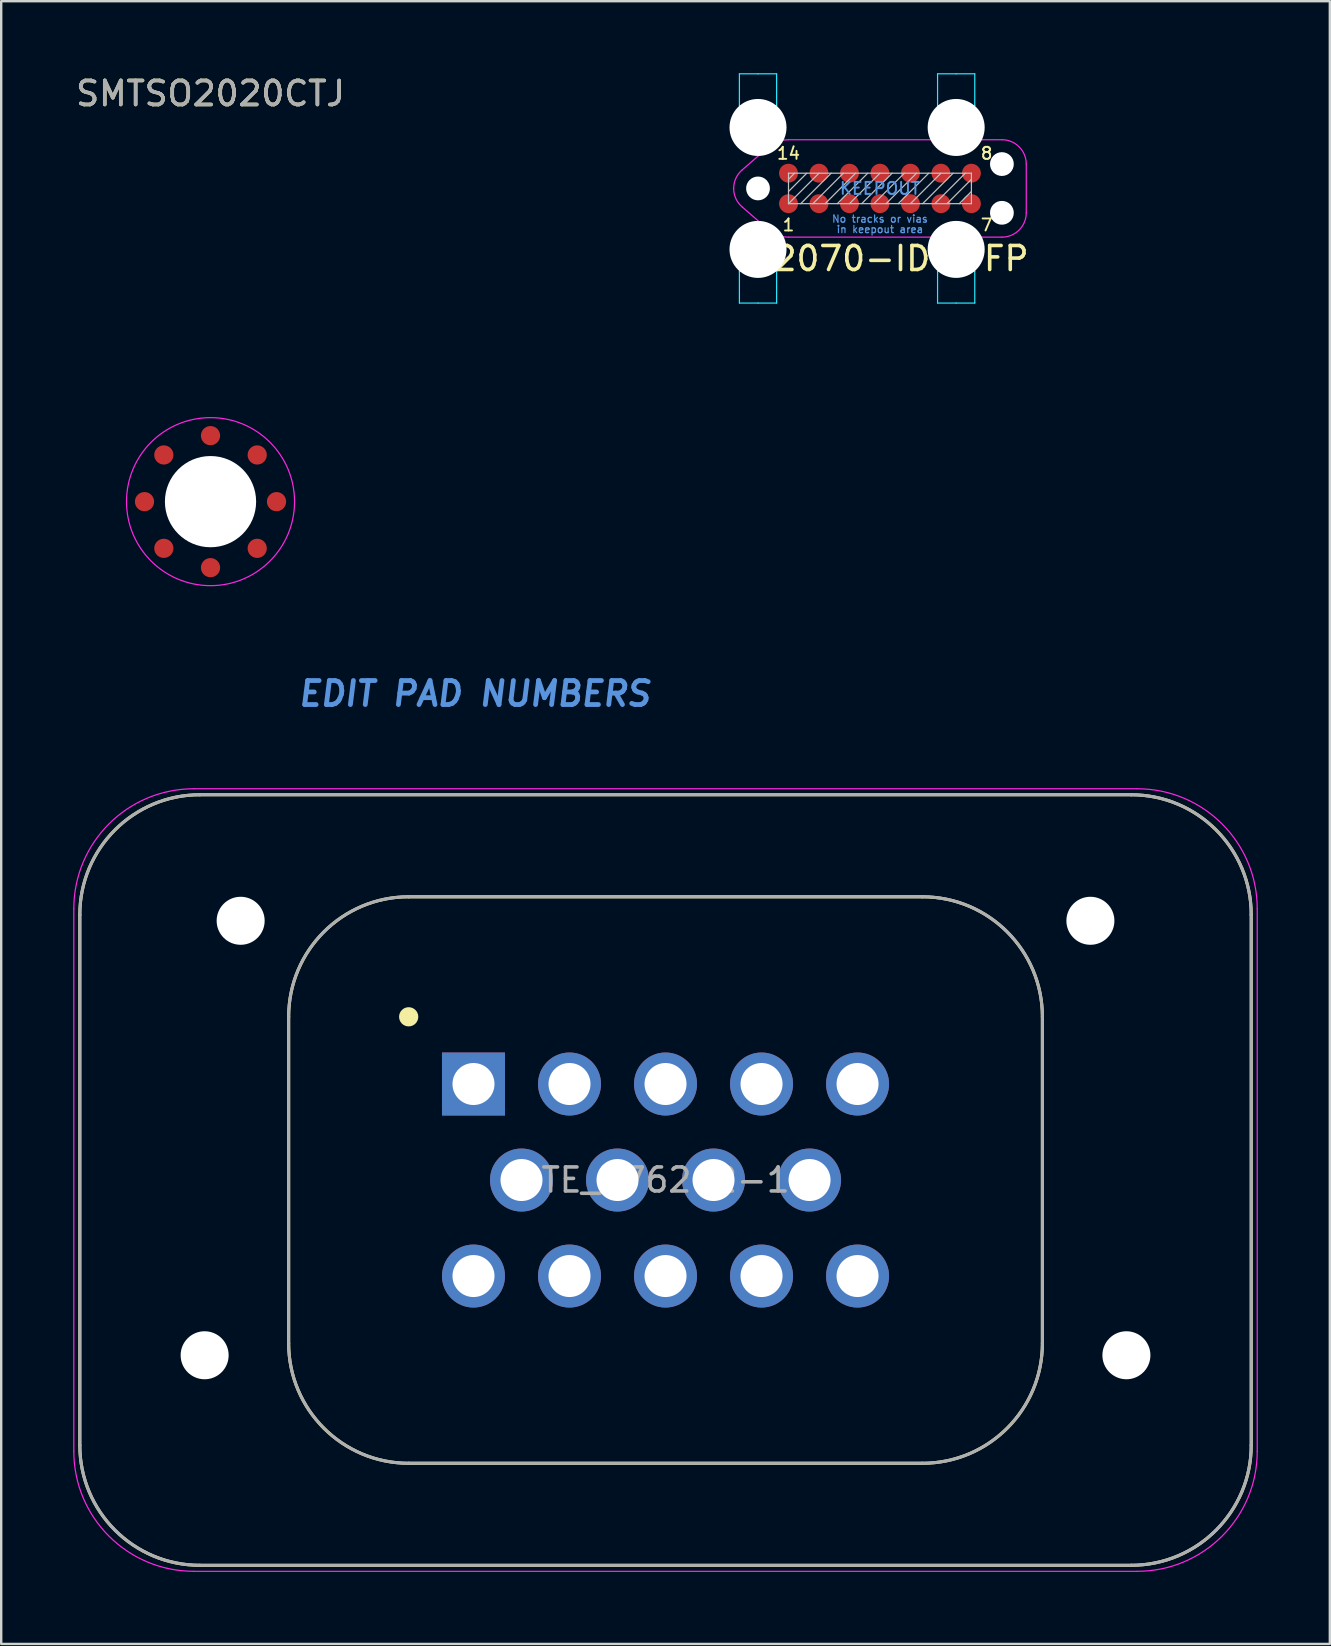
<source format=kicad_pcb>
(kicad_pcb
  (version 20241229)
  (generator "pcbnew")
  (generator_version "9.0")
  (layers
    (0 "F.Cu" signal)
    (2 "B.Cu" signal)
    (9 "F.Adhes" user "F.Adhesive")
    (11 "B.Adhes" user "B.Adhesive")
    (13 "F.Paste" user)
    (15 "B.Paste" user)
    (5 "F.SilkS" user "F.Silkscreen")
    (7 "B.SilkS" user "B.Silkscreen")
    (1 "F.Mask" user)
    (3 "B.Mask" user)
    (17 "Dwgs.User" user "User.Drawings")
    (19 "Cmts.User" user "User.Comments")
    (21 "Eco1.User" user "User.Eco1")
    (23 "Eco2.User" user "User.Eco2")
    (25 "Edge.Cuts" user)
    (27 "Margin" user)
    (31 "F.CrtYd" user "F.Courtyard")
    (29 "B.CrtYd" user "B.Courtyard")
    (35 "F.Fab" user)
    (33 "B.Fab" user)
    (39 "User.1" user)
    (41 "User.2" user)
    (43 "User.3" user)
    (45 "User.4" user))
  (footprint "TC2070-IDC-FP"
    (layer "F.Cu")
    (at 33.608 4.8)
    (property "Reference" "TC2070-IDC-FP" (at 0 2.921 0) (layer "F.SilkS") (effects (font (size 1 1) (thickness 0.15))))
    (attr exclude_from_pos_files exclude_from_bom)
    (fp_line (start -3.81 -0.381) (end -3.556 -0.635) (stroke (width 0.05) (type solid)) (layer "Dwgs.User"))
    (fp_line (start -3.81 0.127) (end -3.048 -0.635) (stroke (width 0.05) (type solid)) (layer "Dwgs.User"))
    (fp_line (start -3.81 0.635) (end -3.81 -0.635) (stroke (width 0.05) (type solid)) (layer "Dwgs.User"))
    (fp_line (start -3.81 0.635) (end -2.54 -0.635) (stroke (width 0.05) (type solid)) (layer "Dwgs.User"))
    (fp_line (start -3.302 0.635) (end -2.032 -0.635) (stroke (width 0.05) (type solid)) (layer "Dwgs.User"))
    (fp_line (start -2.794 0.635) (end -1.524 -0.635) (stroke (width 0.05) (type solid)) (layer "Dwgs.User"))
    (fp_line (start -2.286 0.635) (end -1.016 -0.635) (stroke (width 0.05) (type solid)) (layer "Dwgs.User"))
    (fp_line (start -1.778 0.635) (end -0.508 -0.635) (stroke (width 0.05) (type solid)) (layer "Dwgs.User"))
    (fp_line (start -1.27 0.635) (end 0 -0.635) (stroke (width 0.05) (type solid)) (layer "Dwgs.User"))
    (fp_line (start -0.762 0.635) (end 0.508 -0.635) (stroke (width 0.05) (type solid)) (layer "Dwgs.User"))
    (fp_line (start -0.254 0.635) (end 1.016 -0.635) (stroke (width 0.05) (type solid)) (layer "Dwgs.User"))
    (fp_line (start 0.254 0.635) (end 1.524 -0.635) (stroke (width 0.05) (type solid)) (layer "Dwgs.User"))
    (fp_line (start 0.762 0.635) (end 2.032 -0.635) (stroke (width 0.05) (type solid)) (layer "Dwgs.User"))
    (fp_line (start 1.27 0.635) (end 2.54 -0.635) (stroke (width 0.05) (type solid)) (layer "Dwgs.User"))
    (fp_line (start 1.778 0.635) (end 3.048 -0.635) (stroke (width 0.05) (type solid)) (layer "Dwgs.User"))
    (fp_line (start 2.286 0.635) (end 3.556 -0.635) (stroke (width 0.05) (type solid)) (layer "Dwgs.User"))
    (fp_line (start 2.794 0.635) (end 3.81 -0.381) (stroke (width 0.05) (type solid)) (layer "Dwgs.User"))
    (fp_line (start 3.302 0.635) (end 3.81 0.127) (stroke (width 0.05) (type solid)) (layer "Dwgs.User"))
    (fp_line (start 3.81 -0.635) (end -3.81 -0.635) (stroke (width 0.05) (type solid)) (layer "Dwgs.User"))
    (fp_line (start 3.81 -0.635) (end 3.81 0.635) (stroke (width 0.05) (type solid)) (layer "Dwgs.User"))
    (fp_line (start 3.81 0.635) (end -3.81 0.635) (stroke (width 0.05) (type solid)) (layer "Dwgs.User"))
    (fp_line (start -5.855 -4.775) (end -5.855 -3.442) (stroke (width 0.05) (type solid)) (layer "B.CrtYd"))
    (fp_line (start -5.855 -3.442) (end -4.305 -3.442) (stroke (width 0.05) (type solid)) (layer "B.CrtYd"))
    (fp_line (start -5.855 3.442) (end -4.305 3.442) (stroke (width 0.05) (type solid)) (layer "B.CrtYd"))
    (fp_line (start -5.855 4.775) (end -5.855 3.442) (stroke (width 0.05) (type solid)) (layer "B.CrtYd"))
    (fp_line (start -5.08 -4.775) (end -5.855 -4.775) (stroke (width 0.05) (type solid)) (layer "B.CrtYd"))
    (fp_line (start -5.08 -4.775) (end -4.305 -4.775) (stroke (width 0.05) (type solid)) (layer "B.CrtYd"))
    (fp_line (start -5.08 4.775) (end -5.855 4.775) (stroke (width 0.05) (type solid)) (layer "B.CrtYd"))
    (fp_line (start -5.08 4.775) (end -4.305 4.775) (stroke (width 0.05) (type solid)) (layer "B.CrtYd"))
    (fp_line (start -4.305 -4.775) (end -4.305 -3.442) (stroke (width 0.05) (type solid)) (layer "B.CrtYd"))
    (fp_line (start -4.305 4.775) (end -4.305 3.442) (stroke (width 0.05) (type solid)) (layer "B.CrtYd"))
    (fp_line (start 2.4 -4.775) (end 2.4 -3.442) (stroke (width 0.05) (type solid)) (layer "B.CrtYd"))
    (fp_line (start 2.4 -3.442) (end 3.95 -3.442) (stroke (width 0.05) (type solid)) (layer "B.CrtYd"))
    (fp_line (start 2.4 3.442) (end 3.95 3.442) (stroke (width 0.05) (type solid)) (layer "B.CrtYd"))
    (fp_line (start 2.4 4.775) (end 2.4 3.442) (stroke (width 0.05) (type solid)) (layer "B.CrtYd"))
    (fp_line (start 3.175 -4.775) (end 2.4 -4.775) (stroke (width 0.05) (type solid)) (layer "B.CrtYd"))
    (fp_line (start 3.175 -4.775) (end 3.95 -4.775) (stroke (width 0.05) (type solid)) (layer "B.CrtYd"))
    (fp_line (start 3.175 4.775) (end 2.4 4.775) (stroke (width 0.05) (type solid)) (layer "B.CrtYd"))
    (fp_line (start 3.175 4.775) (end 3.95 4.775) (stroke (width 0.05) (type solid)) (layer "B.CrtYd"))
    (fp_line (start 3.95 -4.775) (end 3.95 -3.442) (stroke (width 0.05) (type solid)) (layer "B.CrtYd"))
    (fp_line (start 3.95 4.775) (end 3.95 3.442) (stroke (width 0.05) (type solid)) (layer "B.CrtYd"))
    (fp_line (start -5.732 0.778) (end -4.508 1.843) (stroke (width 0.05) (type solid)) (layer "F.CrtYd"))
    (fp_line (start -4.508 -1.843) (end -5.732 -0.778) (stroke (width 0.05) (type solid)) (layer "F.CrtYd"))
    (fp_line (start 5.08 -2.03) (end -3.81 -2.03) (stroke (width 0.05) (type solid)) (layer "F.CrtYd"))
    (fp_line (start 5.08 2.03) (end -3.81 2.03) (stroke (width 0.05) (type solid)) (layer "F.CrtYd"))
    (fp_line (start 6.095 -1.015) (end 6.095 1.015) (stroke (width 0.05) (type solid)) (layer "F.CrtYd"))
    (fp_arc (start -6.095 0) (mid -5.999902 -0.428958) (end -5.732429 -0.777535) (stroke (width 0.05) (type solid)) (layer "F.CrtYd"))
    (fp_arc (start -5.732429 0.777535) (mid -5.999902 0.428958) (end -6.095 0) (stroke (width 0.05) (type solid)) (layer "F.CrtYd"))
    (fp_arc (start -4.5075 -1.843105) (mid -4.171053 -1.982466) (end -3.81 -2.03) (stroke (width 0.05) (type solid)) (layer "F.CrtYd"))
    (fp_arc (start -3.81 2.03) (mid -4.171053 1.982466) (end -4.5075 1.843105) (stroke (width 0.05) (type solid)) (layer "F.CrtYd"))
    (fp_arc (start 5.08 -2.03) (mid 5.797713 -1.732713) (end 6.095 -1.015) (stroke (width 0.05) (type solid)) (layer "F.CrtYd"))
    (fp_arc (start 6.095 1.015) (mid 5.797713 1.732713) (end 5.08 2.03) (stroke (width 0.05) (type solid)) (layer "F.CrtYd"))
    (fp_text user "14" (at -3.81 -1.46 0) (layer "F.SilkS") (effects (font (size 0.5 0.5) (thickness 0.08))))
    (fp_text user "8" (at 4.445 -1.46 0) (layer "F.SilkS") (effects (font (size 0.5 0.5) (thickness 0.08))))
    (fp_text user "1" (at -3.81 1.524 0) (layer "F.SilkS") (effects (font (size 0.5 0.5) (thickness 0.08))))
    (fp_text user "7" (at 4.445 1.524 0) (layer "F.SilkS") (effects (font (size 0.5 0.5) (thickness 0.08))))
    (fp_text user "in keepout area" (at 0 1.705 0) (layer "Cmts.User") (effects (font (size 0.3 0.3) (thickness 0.05))))
    (fp_text user "No tracks or vias" (at 0 1.27 0) (layer "Cmts.User") (effects (font (size 0.3 0.3) (thickness 0.05))))
    (fp_text user "KEEPOUT" (at 0 0 0) (layer "Cmts.User") (effects (font (size 0.5 0.5) (thickness 0.08))))
    (pad "" np_thru_hole circle (at -5.08 -2.54) (size 2.375 2.375) (drill 2.375) (layers "*.Cu" "*.Mask"))
    (pad "" np_thru_hole circle (at -5.08 0) (size 0.991 0.991) (drill 0.991) (layers "*.Cu" "*.Mask"))
    (pad "" np_thru_hole circle (at -5.08 2.54) (size 2.375 2.375) (drill 2.375) (layers "*.Cu" "*.Mask"))
    (pad "" np_thru_hole circle (at 3.175 -2.54) (size 2.375 2.375) (drill 2.375) (layers "*.Cu" "*.Mask"))
    (pad "" np_thru_hole circle (at 3.175 2.54) (size 2.375 2.375) (drill 2.375) (layers "*.Cu" "*.Mask"))
    (pad "" np_thru_hole circle (at 5.08 -1.015) (size 0.991 0.991) (drill 0.991) (layers "*.Cu" "*.Mask"))
    (pad "" np_thru_hole circle (at 5.08 1.015) (size 0.991 0.991) (drill 0.991) (layers "*.Cu" "*.Mask"))
    (pad "1" smd circle (at -3.81 0.635) (size 0.787 0.787) (layers "F.Cu" "F.Mask"))
    (pad "2" smd circle (at -2.54 0.635) (size 0.787 0.787) (layers "F.Cu" "F.Mask"))
    (pad "3" smd circle (at -1.27 0.635) (size 0.787 0.787) (layers "F.Cu" "F.Mask"))
    (pad "4" smd circle (at 0 0.635) (size 0.787 0.787) (layers "F.Cu" "F.Mask"))
    (pad "5" smd circle (at 1.27 0.635) (size 0.787 0.787) (layers "F.Cu" "F.Mask"))
    (pad "6" smd circle (at 2.54 0.635) (size 0.787 0.787) (layers "F.Cu" "F.Mask"))
    (pad "7" smd circle (at 3.81 0.635) (size 0.787 0.787) (layers "F.Cu" "F.Mask"))
    (pad "8" smd circle (at 3.81 -0.635) (size 0.787 0.787) (layers "F.Cu" "F.Mask"))
    (pad "9" smd circle (at 2.54 -0.635) (size 0.787 0.787) (layers "F.Cu" "F.Mask"))
    (pad "10" smd circle (at 1.27 -0.635) (size 0.787 0.787) (layers "F.Cu" "F.Mask"))
    (pad "11" smd circle (at 0 -0.635) (size 0.787 0.787) (layers "F.Cu" "F.Mask"))
    (pad "12" smd circle (at -1.27 -0.635) (size 0.787 0.787) (layers "F.Cu" "F.Mask"))
    (pad "13" smd circle (at -2.54 -0.635) (size 0.787 0.787) (layers "F.Cu" "F.Mask"))
    (pad "14" smd circle (at -3.81 -0.635) (size 0.787 0.787) (layers "F.Cu" "F.Mask")))
  (footprint "TE_776262-1"
    (layer "F.Cu")
    (at 24.675 46.109)
    (property "Reference" "TE_776262-1" (at 0 0 0) (layer "F.Fab") (effects (font (size 1 1) (thickness 0.15))))
    (attr through_hole)
    (fp_line (start -24.4 -11.05) (end -24.4 11.05) (stroke (width 0.127) (type solid)) (layer "F.SilkS"))
    (fp_line (start -19.4 16.05) (end 19.4 16.05) (stroke (width 0.127) (type solid)) (layer "F.SilkS"))
    (fp_line (start -15.7 -6.8) (end -15.7 6.8) (stroke (width 0.127) (type solid)) (layer "F.SilkS"))
    (fp_line (start -10.7 11.8) (end 10.7 11.8) (stroke (width 0.127) (type solid)) (layer "F.SilkS"))
    (fp_line (start 10.7 -11.8) (end -10.7 -11.8) (stroke (width 0.127) (type solid)) (layer "F.SilkS"))
    (fp_line (start 15.7 6.8) (end 15.7 -6.8) (stroke (width 0.127) (type solid)) (layer "F.SilkS"))
    (fp_line (start 19.4 -16.05) (end -19.4 -16.05) (stroke (width 0.127) (type solid)) (layer "F.SilkS"))
    (fp_line (start 24.4 11.05) (end 24.4 -11.05) (stroke (width 0.127) (type solid)) (layer "F.SilkS"))
    (fp_arc (start -24.4 -11.05) (mid -22.935534 -14.585534) (end -19.4 -16.05) (stroke (width 0.127) (type solid)) (layer "F.SilkS"))
    (fp_arc (start -19.4 16.05) (mid -22.935534 14.585534) (end -24.4 11.05) (stroke (width 0.127) (type solid)) (layer "F.SilkS"))
    (fp_arc (start -15.7 -6.8) (mid -14.235534 -10.335534) (end -10.7 -11.8) (stroke (width 0.127) (type solid)) (layer "F.SilkS"))
    (fp_arc (start -10.7 11.8) (mid -14.235534 10.335534) (end -15.7 6.8) (stroke (width 0.127) (type solid)) (layer "F.SilkS"))
    (fp_arc (start 10.7 -11.8) (mid 14.235534 -10.335534) (end 15.7 -6.8) (stroke (width 0.127) (type solid)) (layer "F.SilkS"))
    (fp_arc (start 15.7 6.8) (mid 14.235534 10.335534) (end 10.7 11.8) (stroke (width 0.127) (type solid)) (layer "F.SilkS"))
    (fp_arc (start 19.4 -16.05) (mid 22.935534 -14.585534) (end 24.4 -11.05) (stroke (width 0.127) (type solid)) (layer "F.SilkS"))
    (fp_arc (start 24.4 11.05) (mid 22.935534 14.585534) (end 19.4 16.05) (stroke (width 0.127) (type solid)) (layer "F.SilkS"))
    (fp_circle (center -10.7 -6.8) (end -10.5 -6.8) (stroke (width 0.4) (type solid)) (fill no) (layer "F.SilkS"))
    (fp_line (start -24.65 11.3) (end -24.65 -11.3) (stroke (width 0.05) (type solid)) (layer "F.CrtYd"))
    (fp_line (start -19.65 -16.3) (end 19.65 -16.3) (stroke (width 0.05) (type solid)) (layer "F.CrtYd"))
    (fp_line (start 19.65 16.3) (end -19.65 16.3) (stroke (width 0.05) (type solid)) (layer "F.CrtYd"))
    (fp_line (start 24.65 -11.3) (end 24.65 11.3) (stroke (width 0.05) (type solid)) (layer "F.CrtYd"))
    (fp_arc (start -24.65 -11.3) (mid -23.185534 -14.835534) (end -19.65 -16.3) (stroke (width 0.05) (type solid)) (layer "F.CrtYd"))
    (fp_arc (start -19.65 16.3) (mid -23.185534 14.835534) (end -24.65 11.3) (stroke (width 0.05) (type solid)) (layer "F.CrtYd"))
    (fp_arc (start 19.65 -16.3) (mid 23.185534 -14.835534) (end 24.65 -11.3) (stroke (width 0.05) (type solid)) (layer "F.CrtYd"))
    (fp_arc (start 24.65 11.3) (mid 23.185534 14.835534) (end 19.65 16.3) (stroke (width 0.05) (type solid)) (layer "F.CrtYd"))
    (fp_line (start -24.4 -11.05) (end -24.4 11.05) (stroke (width 0.127) (type solid)) (layer "F.Fab"))
    (fp_line (start -19.4 16.05) (end 19.4 16.05) (stroke (width 0.127) (type solid)) (layer "F.Fab"))
    (fp_line (start -15.7 -6.8) (end -15.7 6.8) (stroke (width 0.127) (type solid)) (layer "F.Fab"))
    (fp_line (start -10.7 11.8) (end 10.7 11.8) (stroke (width 0.127) (type solid)) (layer "F.Fab"))
    (fp_line (start 10.7 -11.8) (end -10.7 -11.8) (stroke (width 0.127) (type solid)) (layer "F.Fab"))
    (fp_line (start 15.7 6.8) (end 15.7 -6.8) (stroke (width 0.127) (type solid)) (layer "F.Fab"))
    (fp_line (start 19.4 -16.05) (end -19.4 -16.05) (stroke (width 0.127) (type solid)) (layer "F.Fab"))
    (fp_line (start 24.4 11.05) (end 24.4 -11.05) (stroke (width 0.127) (type solid)) (layer "F.Fab"))
    (fp_arc (start -24.4 -11.05) (mid -22.935534 -14.585534) (end -19.4 -16.05) (stroke (width 0.127) (type solid)) (layer "F.Fab"))
    (fp_arc (start -19.4 16.05) (mid -22.935534 14.585534) (end -24.4 11.05) (stroke (width 0.127) (type solid)) (layer "F.Fab"))
    (fp_arc (start -15.7 -6.8) (mid -14.235534 -10.335534) (end -10.7 -11.8) (stroke (width 0.127) (type solid)) (layer "F.Fab"))
    (fp_arc (start -10.7 11.8) (mid -14.235534 10.335534) (end -15.7 6.8) (stroke (width 0.127) (type solid)) (layer "F.Fab"))
    (fp_arc (start 10.7 -11.8) (mid 14.235534 -10.335534) (end 15.7 -6.8) (stroke (width 0.127) (type solid)) (layer "F.Fab"))
    (fp_arc (start 15.7 6.8) (mid 14.235534 10.335534) (end 10.7 11.8) (stroke (width 0.127) (type solid)) (layer "F.Fab"))
    (fp_arc (start 19.4 -16.05) (mid 22.935534 -14.585534) (end 24.4 -11.05) (stroke (width 0.127) (type solid)) (layer "F.Fab"))
    (fp_arc (start 24.4 11.05) (mid 22.935534 14.585534) (end 19.4 16.05) (stroke (width 0.127) (type solid)) (layer "F.Fab"))
    (fp_circle (center -8 -4) (end -7.8 -4) (stroke (width 0.4) (type solid)) (fill no) (layer "F.Fab"))
    (pad "" np_thru_hole circle (at -19.2 7.3) (size 2 2) (drill 2) (layers "*.Cu" "*.Mask"))
    (pad "" np_thru_hole circle (at -17.7 -10.8) (size 2 2) (drill 2) (layers "*.Cu" "*.Mask"))
    (pad "" np_thru_hole circle (at 17.7 -10.8) (size 2 2) (drill 2) (layers "*.Cu" "*.Mask"))
    (pad "" np_thru_hole circle (at 19.2 7.3) (size 2 2) (drill 2) (layers "*.Cu" "*.Mask"))
    (pad "1" thru_hole rect (at -8 -4) (size 2.625 2.625) (drill 1.75) (layers "*.Cu" "*.Mask"))
    (pad "2" thru_hole circle (at -4 -4) (size 2.625 2.625) (drill 1.75) (layers "*.Cu" "*.Mask"))
    (pad "3" thru_hole circle (at 0 -4) (size 2.625 2.625) (drill 1.75) (layers "*.Cu" "*.Mask"))
    (pad "4" thru_hole circle (at 4 -4) (size 2.625 2.625) (drill 1.75) (layers "*.Cu" "*.Mask"))
    (pad "5" thru_hole circle (at 8 -4) (size 2.625 2.625) (drill 1.75) (layers "*.Cu" "*.Mask"))
    (pad "6" thru_hole circle (at -6 0) (size 2.625 2.625) (drill 1.75) (layers "*.Cu" "*.Mask"))
    (pad "7" thru_hole circle (at -2 0) (size 2.625 2.625) (drill 1.75) (layers "*.Cu" "*.Mask"))
    (pad "8" thru_hole circle (at 2 0) (size 2.625 2.625) (drill 1.75) (layers "*.Cu" "*.Mask"))
    (pad "9" thru_hole circle (at 6 0) (size 2.625 2.625) (drill 1.75) (layers "*.Cu" "*.Mask"))
    (pad "10" thru_hole circle (at -8 4) (size 2.625 2.625) (drill 1.75) (layers "*.Cu" "*.Mask"))
    (pad "11" thru_hole circle (at -4 4) (size 2.625 2.625) (drill 1.75) (layers "*.Cu" "*.Mask"))
    (pad "12" thru_hole circle (at 0 4) (size 2.625 2.625) (drill 1.75) (layers "*.Cu" "*.Mask"))
    (pad "13" thru_hole circle (at 4 4) (size 2.625 2.625) (drill 1.75) (layers "*.Cu" "*.Mask"))
    (pad "14" thru_hole circle (at 8 4) (size 2.625 2.625) (drill 1.75) (layers "*.Cu" "*.Mask")))
  (footprint "SMTSO2020CTJ"
    (layer "F.Cu")
    (at 5.72 17.848)
    (property "Reference" "SMTSO2020CTJ" (at 0 -17 0) (layer "F.SilkS") (effects (font (size 1 1) (thickness 0.15))))
    (attr smd)
    (fp_circle (center 0 0) (end -3.5 0) (stroke (width 0.05) (type solid)) (fill no) (layer "F.CrtYd"))
    (fp_text user "EDIT PAD NUMBERS" (at 11 8 0) (layer "Cmts.User") (effects (font (size 1 1) (thickness 0.2) (italic yes))))
    (fp_text user "${REFERENCE}" (at 0 -17 0) (layer "F.Fab") (effects (font (size 1 1) (thickness 0.15))))
    (pad "" np_thru_hole circle (at 0 0) (size 3.8 3.8) (drill 3.8) (layers "*.Cu" "*.Mask"))
    (pad "1" smd circle (at -2.75 0) (size 0.8 0.8) (layers "F.Cu" "F.Mask" "F.Paste"))
    (pad "1" smd circle (at -1.945 -1.945) (size 0.8 0.8) (layers "F.Cu" "F.Mask" "F.Paste"))
    (pad "1" smd circle (at -1.945 1.945) (size 0.8 0.8) (layers "F.Cu" "F.Mask" "F.Paste"))
    (pad "1" smd circle (at 0 -2.75) (size 0.8 0.8) (layers "F.Cu" "F.Mask" "F.Paste"))
    (pad "1" smd circle (at 0 2.75) (size 0.8 0.8) (layers "F.Cu" "F.Mask" "F.Paste"))
    (pad "1" smd circle (at 1.945 -1.945) (size 0.8 0.8) (layers "F.Cu" "F.Mask" "F.Paste"))
    (pad "1" smd circle (at 1.945 1.945) (size 0.8 0.8) (layers "F.Cu" "F.Mask" "F.Paste"))
    (pad "1" smd circle (at 2.75 0) (size 0.8 0.8) (layers "F.Cu" "F.Mask" "F.Paste")))
  (gr_rect
    (start -3 -3)
    (end 52.35 65.434)
    (stroke (width 0.1) (type default))
    (fill no)
    (layer "Edge.Cuts")))
</source>
